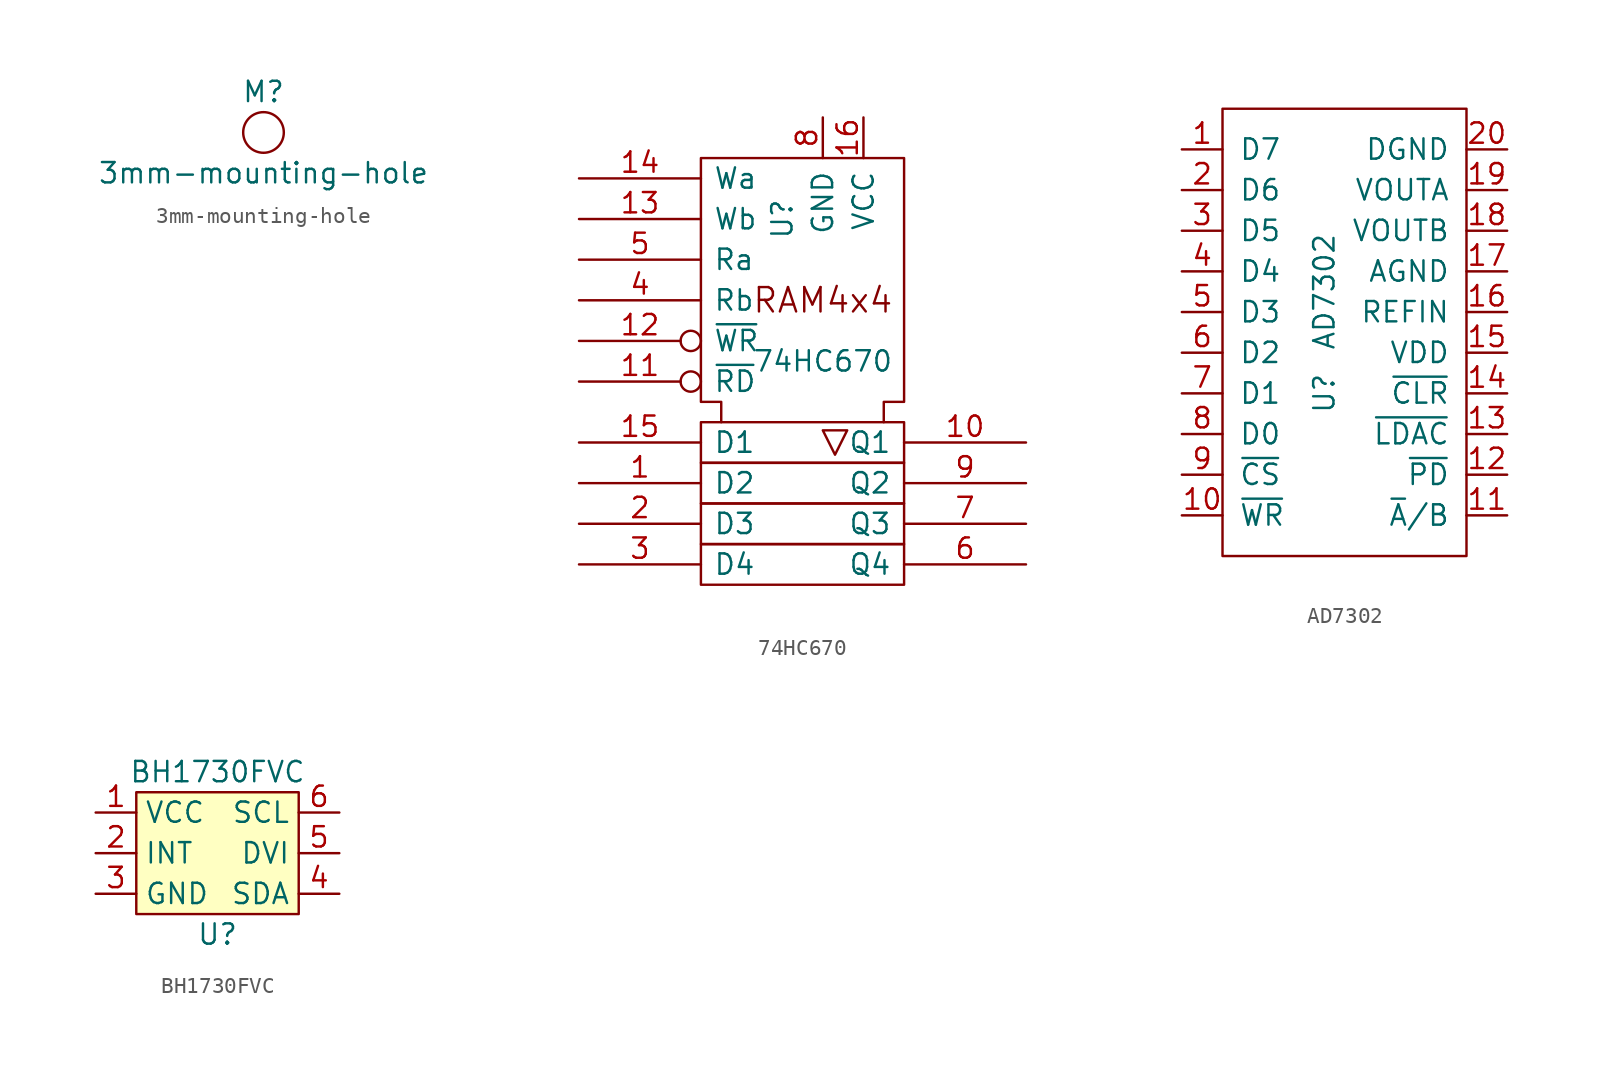
<source format=kicad_sym>
(kicad_symbol_lib
  (version 20211014)
  (generator kicad_symbol_editor)
  (symbol "3mm-mounting-hole"
    (pin_names
      (offset 1.016))
    (property "Reference" "M"
      (at 0 2.54 0)
      (effects (font (size 1.27 1.27))))
    (property "Value" "3mm-mounting-hole"
      (at 0 -2.54 0)
      (effects (font (size 1.27 1.27))))
    (symbol "3mm-mounting-hole_0_1"
      (circle (center 0 0) (radius 1.27) (stroke (width 0) (type default) (color 0 0 0 0)) (fill (type none)))))
  (symbol "74HC670"
    (pin_names
      (offset 0.762))
    (property "Reference" "U"
      (at -1.27 10.16 90)
      (effects (font (size 1.27 1.27))))
    (property "Value" "74HC670"
      (at 1.27 1.27 0)
      (effects (font (size 1.27 1.27))))
    (symbol "74HC670_0_0"
      (rectangle (start -6.35 -10.16) (end 6.35 -12.7) (stroke (width 0) (type default) (color 0 0 0 0)) (fill (type none)))
      (rectangle (start -6.35 -7.62) (end 6.35 -10.16) (stroke (width 0) (type default) (color 0 0 0 0)) (fill (type none)))
      (rectangle (start -6.35 -5.08) (end 6.35 -7.62) (stroke (width 0) (type default) (color 0 0 0 0)) (fill (type none)))
      (polyline (pts (xy 2.794 -3.048) (xy 1.27 -3.048) (xy 2.032 -4.572) (xy 2.794 -3.048) (xy 2.794 -3.048)) (stroke (width 0) (type default) (color 0 0 0 0)) (fill (type none)))
      (polyline (pts (xy -5.08 -2.54) (xy -5.08 -1.27) (xy -6.35 -1.27) (xy -6.35 13.97) (xy 6.35 13.97) (xy 6.35 -1.27) (xy 5.08 -1.27) (xy 5.08 -2.54) (xy 5.08 -2.54)) (stroke (width 0) (type default) (color 0 0 0 0)) (fill (type none)))
      (text "RAM4x4" (at 1.27 5.08 0) (effects (font (size 1.524 1.524))))
      (pin power_in line (at 3.81 16.51 270) (length 2.54) (name "VCC" (effects (font (size 1.27 1.27)))) (number "16" (effects (font (size 1.27 1.27)))))
      (pin power_in line (at 1.27 16.51 270) (length 2.54) (name "GND" (effects (font (size 1.27 1.27)))) (number "8" (effects (font (size 1.27 1.27))))))
    (symbol "74HC670_0_1"
      (rectangle (start -6.35 -2.54) (end 6.35 -5.08) (stroke (width 0) (type default) (color 0 0 0 0)) (fill (type none))))
    (symbol "74HC670_1_1"
      (pin input line (at -13.97 -6.35 0) (length 7.62) (name "D2" (effects (font (size 1.27 1.27)))) (number "1" (effects (font (size 1.27 1.27)))))
      (pin tri_state line (at 13.97 -3.81 180) (length 7.62) (name "Q1" (effects (font (size 1.27 1.27)))) (number "10" (effects (font (size 1.27 1.27)))))
      (pin input inverted (at -13.97 0 0) (length 7.62) (name "~{RD}" (effects (font (size 1.27 1.27)))) (number "11" (effects (font (size 1.27 1.27)))))
      (pin input inverted (at -13.97 2.54 0) (length 7.62) (name "~{WR}" (effects (font (size 1.27 1.27)))) (number "12" (effects (font (size 1.27 1.27)))))
      (pin input line (at -13.97 10.16 0) (length 7.62) (name "Wb" (effects (font (size 1.27 1.27)))) (number "13" (effects (font (size 1.27 1.27)))))
      (pin input line (at -13.97 12.7 0) (length 7.62) (name "Wa" (effects (font (size 1.27 1.27)))) (number "14" (effects (font (size 1.27 1.27)))))
      (pin input line (at -13.97 -3.81 0) (length 7.62) (name "D1" (effects (font (size 1.27 1.27)))) (number "15" (effects (font (size 1.27 1.27)))))
      (pin input line (at -13.97 -8.89 0) (length 7.62) (name "D3" (effects (font (size 1.27 1.27)))) (number "2" (effects (font (size 1.27 1.27)))))
      (pin input line (at -13.97 -11.43 0) (length 7.62) (name "D4" (effects (font (size 1.27 1.27)))) (number "3" (effects (font (size 1.27 1.27)))))
      (pin input line (at -13.97 5.08 0) (length 7.62) (name "Rb" (effects (font (size 1.27 1.27)))) (number "4" (effects (font (size 1.27 1.27)))))
      (pin input line (at -13.97 7.62 0) (length 7.62) (name "Ra" (effects (font (size 1.27 1.27)))) (number "5" (effects (font (size 1.27 1.27)))))
      (pin tri_state line (at 13.97 -11.43 180) (length 7.62) (name "Q4" (effects (font (size 1.27 1.27)))) (number "6" (effects (font (size 1.27 1.27)))))
      (pin tri_state line (at 13.97 -8.89 180) (length 7.62) (name "Q3" (effects (font (size 1.27 1.27)))) (number "7" (effects (font (size 1.27 1.27)))))
      (pin tri_state line (at 13.97 -6.35 180) (length 7.62) (name "Q2" (effects (font (size 1.27 1.27)))) (number "9" (effects (font (size 1.27 1.27)))))))
  (symbol "AD7302"
    (pin_names
      (offset 1.016))
    (property "Reference" "U"
      (at -1.27 -3.81 90)
      (effects (font (size 1.27 1.27))))
    (property "Value" "AD7302"
      (at -1.27 2.54 90)
      (effects (font (size 1.27 1.27))))
    (symbol "AD7302_0_1"
      (rectangle (start -7.62 13.97) (end 7.62 -13.97) (stroke (width 0) (type default) (color 0 0 0 0)) (fill (type none))))
    (symbol "AD7302_1_1"
      (pin input line (at -10.16 11.43 0) (length 2.54) (name "D7" (effects (font (size 1.27 1.27)))) (number "1" (effects (font (size 1.27 1.27)))))
      (pin input line (at -10.16 -11.43 0) (length 2.54) (name "~{WR}" (effects (font (size 1.27 1.27)))) (number "10" (effects (font (size 1.27 1.27)))))
      (pin input line (at 10.16 -11.43 180) (length 2.54) (name "~{A}/B" (effects (font (size 1.27 1.27)))) (number "11" (effects (font (size 1.27 1.27)))))
      (pin input line (at 10.16 -8.89 180) (length 2.54) (name "~{PD}" (effects (font (size 1.27 1.27)))) (number "12" (effects (font (size 1.27 1.27)))))
      (pin input line (at 10.16 -6.35 180) (length 2.54) (name "~{LDAC}" (effects (font (size 1.27 1.27)))) (number "13" (effects (font (size 1.27 1.27)))))
      (pin input line (at 10.16 -3.81 180) (length 2.54) (name "~{CLR}" (effects (font (size 1.27 1.27)))) (number "14" (effects (font (size 1.27 1.27)))))
      (pin power_in line (at 10.16 -1.27 180) (length 2.54) (name "VDD" (effects (font (size 1.27 1.27)))) (number "15" (effects (font (size 1.27 1.27)))))
      (pin input line (at 10.16 1.27 180) (length 2.54) (name "REFIN" (effects (font (size 1.27 1.27)))) (number "16" (effects (font (size 1.27 1.27)))))
      (pin power_in line (at 10.16 3.81 180) (length 2.54) (name "AGND" (effects (font (size 1.27 1.27)))) (number "17" (effects (font (size 1.27 1.27)))))
      (pin output line (at 10.16 6.35 180) (length 2.54) (name "VOUTB" (effects (font (size 1.27 1.27)))) (number "18" (effects (font (size 1.27 1.27)))))
      (pin output line (at 10.16 8.89 180) (length 2.54) (name "VOUTA" (effects (font (size 1.27 1.27)))) (number "19" (effects (font (size 1.27 1.27)))))
      (pin input line (at -10.16 8.89 0) (length 2.54) (name "D6" (effects (font (size 1.27 1.27)))) (number "2" (effects (font (size 1.27 1.27)))))
      (pin power_in line (at 10.16 11.43 180) (length 2.54) (name "DGND" (effects (font (size 1.27 1.27)))) (number "20" (effects (font (size 1.27 1.27)))))
      (pin input line (at -10.16 6.35 0) (length 2.54) (name "D5" (effects (font (size 1.27 1.27)))) (number "3" (effects (font (size 1.27 1.27)))))
      (pin input line (at -10.16 3.81 0) (length 2.54) (name "D4" (effects (font (size 1.27 1.27)))) (number "4" (effects (font (size 1.27 1.27)))))
      (pin input line (at -10.16 1.27 0) (length 2.54) (name "D3" (effects (font (size 1.27 1.27)))) (number "5" (effects (font (size 1.27 1.27)))))
      (pin input line (at -10.16 -1.27 0) (length 2.54) (name "D2" (effects (font (size 1.27 1.27)))) (number "6" (effects (font (size 1.27 1.27)))))
      (pin input line (at -10.16 -3.81 0) (length 2.54) (name "D1" (effects (font (size 1.27 1.27)))) (number "7" (effects (font (size 1.27 1.27)))))
      (pin input line (at -10.16 -6.35 0) (length 2.54) (name "D0" (effects (font (size 1.27 1.27)))) (number "8" (effects (font (size 1.27 1.27)))))
      (pin input line (at -10.16 -8.89 0) (length 2.54) (name "~{CS}" (effects (font (size 1.27 1.27)))) (number "9" (effects (font (size 1.27 1.27)))))))
  (symbol "BH1730FVC"
    (property "Reference" "U"
      (at 0 -5.08 0)
      (effects (font (size 1.27 1.27))))
    (property "Value" "BH1730FVC"
      (at 0 5.08 0)
      (effects (font (size 1.27 1.27))))
    (symbol "BH1730FVC_0_1"
      (rectangle (start -5.08 3.81) (end 5.08 -3.81) (stroke (width 0.152) (type default) (color 0 0 0 0)) (fill (type background))))
    (symbol "BH1730FVC_1_1"
      (pin power_in line (at -7.62 2.54 0) (length 2.54) (name "VCC" (effects (font (size 1.27 1.27)))) (number "1" (effects (font (size 1.27 1.27)))))
      (pin open_collector line (at -7.62 0 0) (length 2.54) (name "INT" (effects (font (size 1.27 1.27)))) (number "2" (effects (font (size 1.27 1.27)))))
      (pin power_in line (at -7.62 -2.54 0) (length 2.54) (name "GND" (effects (font (size 1.27 1.27)))) (number "3" (effects (font (size 1.27 1.27)))))
      (pin bidirectional line (at 7.62 -2.54 180) (length 2.54) (name "SDA" (effects (font (size 1.27 1.27)))) (number "4" (effects (font (size 1.27 1.27)))))
      (pin input line (at 7.62 0 180) (length 2.54) (name "DVI" (effects (font (size 1.27 1.27)))) (number "5" (effects (font (size 1.27 1.27)))))
      (pin bidirectional line (at 7.62 2.54 180) (length 2.54) (name "SCL" (effects (font (size 1.27 1.27)))) (number "6" (effects (font (size 1.27 1.27))))))))
</source>
